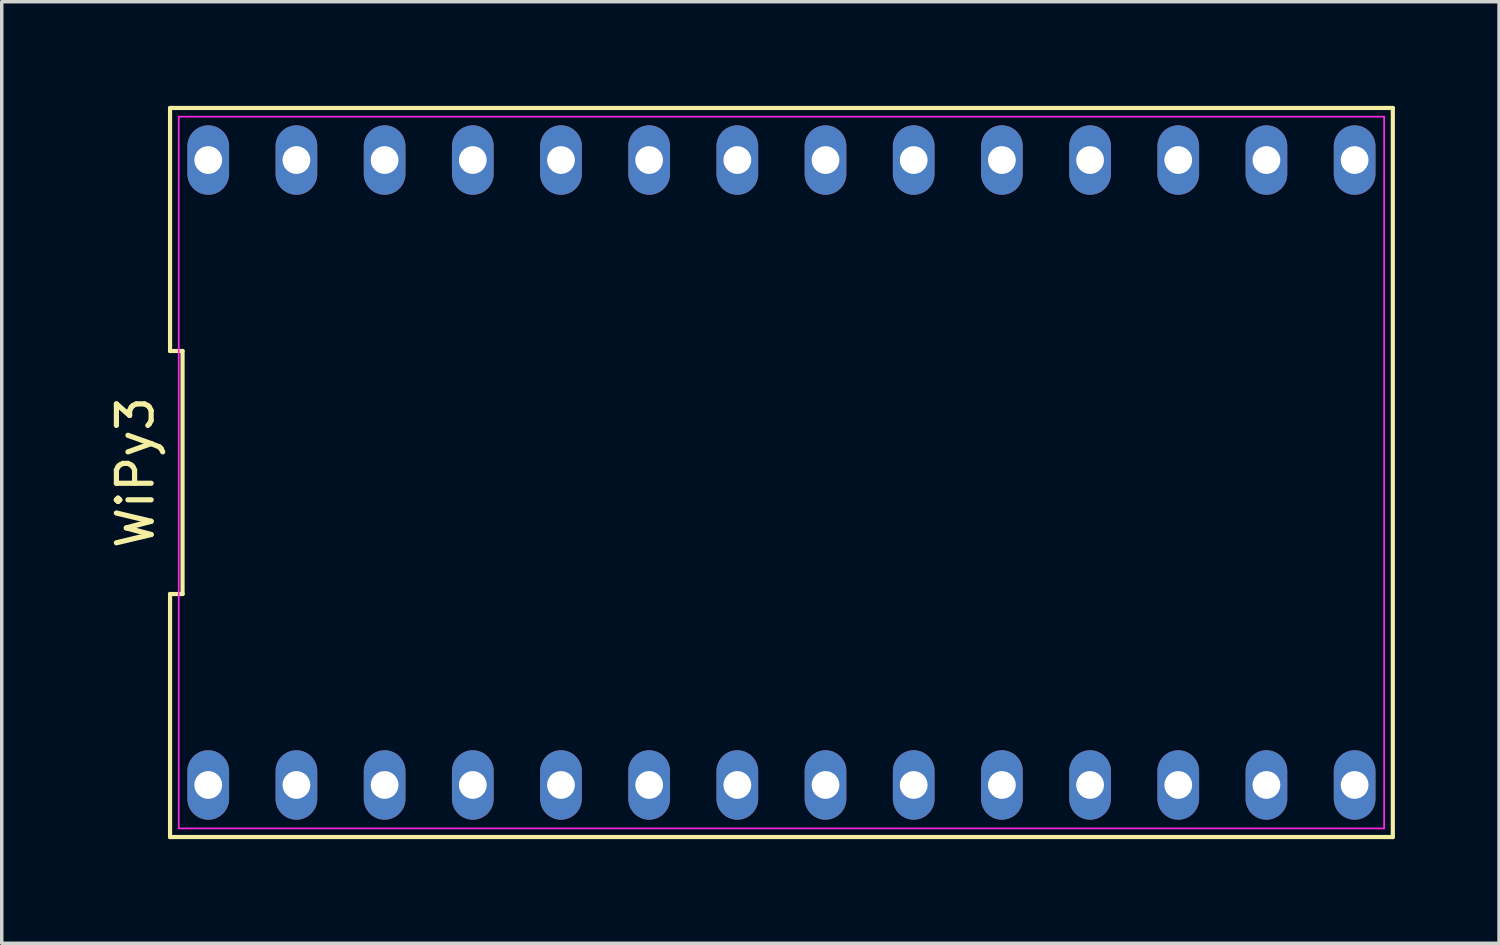
<source format=kicad_pcb>
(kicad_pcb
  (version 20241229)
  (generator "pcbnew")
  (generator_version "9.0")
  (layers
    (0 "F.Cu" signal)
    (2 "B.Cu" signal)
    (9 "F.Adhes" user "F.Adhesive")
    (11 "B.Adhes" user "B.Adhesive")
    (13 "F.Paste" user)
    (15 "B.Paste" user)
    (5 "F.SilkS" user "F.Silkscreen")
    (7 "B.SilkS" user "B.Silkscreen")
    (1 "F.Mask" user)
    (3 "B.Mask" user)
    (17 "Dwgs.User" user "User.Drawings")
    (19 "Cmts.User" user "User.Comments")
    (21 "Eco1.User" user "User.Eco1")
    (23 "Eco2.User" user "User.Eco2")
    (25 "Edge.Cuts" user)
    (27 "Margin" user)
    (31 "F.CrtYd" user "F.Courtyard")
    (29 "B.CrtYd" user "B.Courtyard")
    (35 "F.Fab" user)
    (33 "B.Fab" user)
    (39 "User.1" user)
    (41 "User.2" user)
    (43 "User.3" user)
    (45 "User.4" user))
  (footprint "WiPy3"
    (layer "F.Cu")
    (at 19.458 10.56)
    (property "Reference" "WiPy3" (at -18.61 0 90) (layer "F.SilkS") (effects (font (size 1 1) (thickness 0.15))))
    (attr through_hole)
    (fp_line (start -17.61 -10.5) (end -17.61 -3.5) (stroke (width 0.12) (type solid)) (layer "F.SilkS"))
    (fp_line (start -17.61 -3.5) (end -17.25 -3.5) (stroke (width 0.12) (type solid)) (layer "F.SilkS"))
    (fp_line (start -17.61 3.5) (end -17.61 10.5) (stroke (width 0.12) (type solid)) (layer "F.SilkS"))
    (fp_line (start -17.61 10.5) (end 17.61 10.5) (stroke (width 0.12) (type solid)) (layer "F.SilkS"))
    (fp_line (start -17.25 -3.5) (end -17.25 3.5) (stroke (width 0.12) (type solid)) (layer "F.SilkS"))
    (fp_line (start -17.25 3.5) (end -17.61 3.5) (stroke (width 0.12) (type solid)) (layer "F.SilkS"))
    (fp_line (start 17.61 -10.5) (end -17.61 -10.5) (stroke (width 0.12) (type solid)) (layer "F.SilkS"))
    (fp_line (start 17.61 10.5) (end 17.61 -10.5) (stroke (width 0.12) (type solid)) (layer "F.SilkS"))
    (fp_line (start -17.36 -10.25) (end 17.36 -10.25) (stroke (width 0.05) (type solid)) (layer "F.CrtYd"))
    (fp_line (start -17.36 10.25) (end -17.36 -10.25) (stroke (width 0.05) (type solid)) (layer "F.CrtYd"))
    (fp_line (start 17.36 -10.25) (end 17.36 10.25) (stroke (width 0.05) (type solid)) (layer "F.CrtYd"))
    (fp_line (start 17.36 10.25) (end -17.36 10.25) (stroke (width 0.05) (type solid)) (layer "F.CrtYd"))
    (pad "1" thru_hole oval (at -16.51 9) (size 1.2 2) (drill 0.8) (layers "*.Cu" "*.Mask"))
    (pad "2" thru_hole oval (at -13.97 9) (size 1.2 2) (drill 0.8) (layers "*.Cu" "*.Mask"))
    (pad "3" thru_hole oval (at -11.43 9) (size 1.2 2) (drill 0.8) (layers "*.Cu" "*.Mask"))
    (pad "4" thru_hole oval (at -8.89 9) (size 1.2 2) (drill 0.8) (layers "*.Cu" "*.Mask"))
    (pad "5" thru_hole oval (at -6.35 9) (size 1.2 2) (drill 0.8) (layers "*.Cu" "*.Mask"))
    (pad "6" thru_hole oval (at -3.81 9) (size 1.2 2) (drill 0.8) (layers "*.Cu" "*.Mask"))
    (pad "7" thru_hole oval (at -1.27 9) (size 1.2 2) (drill 0.8) (layers "*.Cu" "*.Mask"))
    (pad "8" thru_hole oval (at 1.27 9) (size 1.2 2) (drill 0.8) (layers "*.Cu" "*.Mask"))
    (pad "9" thru_hole oval (at 3.81 9) (size 1.2 2) (drill 0.8) (layers "*.Cu" "*.Mask"))
    (pad "10" thru_hole oval (at 6.35 9) (size 1.2 2) (drill 0.8) (layers "*.Cu" "*.Mask"))
    (pad "11" thru_hole oval (at 8.89 9) (size 1.2 2) (drill 0.8) (layers "*.Cu" "*.Mask"))
    (pad "12" thru_hole oval (at 11.43 9) (size 1.2 2) (drill 0.8) (layers "*.Cu" "*.Mask"))
    (pad "13" thru_hole oval (at 13.97 9) (size 1.2 2) (drill 0.8) (layers "*.Cu" "*.Mask"))
    (pad "14" thru_hole oval (at 16.51 9) (size 1.2 2) (drill 0.8) (layers "*.Cu" "*.Mask"))
    (pad "15" thru_hole oval (at 16.51 -9) (size 1.2 2) (drill 0.8) (layers "*.Cu" "*.Mask"))
    (pad "16" thru_hole oval (at 13.97 -9) (size 1.2 2) (drill 0.8) (layers "*.Cu" "*.Mask"))
    (pad "17" thru_hole oval (at 11.43 -9) (size 1.2 2) (drill 0.8) (layers "*.Cu" "*.Mask"))
    (pad "18" thru_hole oval (at 8.89 -9) (size 1.2 2) (drill 0.8) (layers "*.Cu" "*.Mask"))
    (pad "19" thru_hole oval (at 6.35 -9) (size 1.2 2) (drill 0.8) (layers "*.Cu" "*.Mask"))
    (pad "20" thru_hole oval (at 3.81 -9) (size 1.2 2) (drill 0.8) (layers "*.Cu" "*.Mask"))
    (pad "21" thru_hole oval (at 1.27 -9) (size 1.2 2) (drill 0.8) (layers "*.Cu" "*.Mask"))
    (pad "22" thru_hole oval (at -1.27 -9) (size 1.2 2) (drill 0.8) (layers "*.Cu" "*.Mask"))
    (pad "23" thru_hole oval (at -3.81 -9) (size 1.2 2) (drill 0.8) (layers "*.Cu" "*.Mask"))
    (pad "24" thru_hole oval (at -6.35 -9) (size 1.2 2) (drill 0.8) (layers "*.Cu" "*.Mask"))
    (pad "25" thru_hole oval (at -8.89 -9) (size 1.2 2) (drill 0.8) (layers "*.Cu" "*.Mask"))
    (pad "26" thru_hole oval (at -11.43 -9) (size 1.2 2) (drill 0.8) (layers "*.Cu" "*.Mask"))
    (pad "27" thru_hole oval (at -13.97 -9) (size 1.2 2) (drill 0.8) (layers "*.Cu" "*.Mask"))
    (pad "28" thru_hole oval (at -16.51 -9) (size 1.2 2) (drill 0.8) (layers "*.Cu" "*.Mask")))
  (gr_rect
    (start -3 -3)
    (end 40.128 24.12)
    (stroke (width 0.1) (type default))
    (fill no)
    (layer "Edge.Cuts")))
</source>
